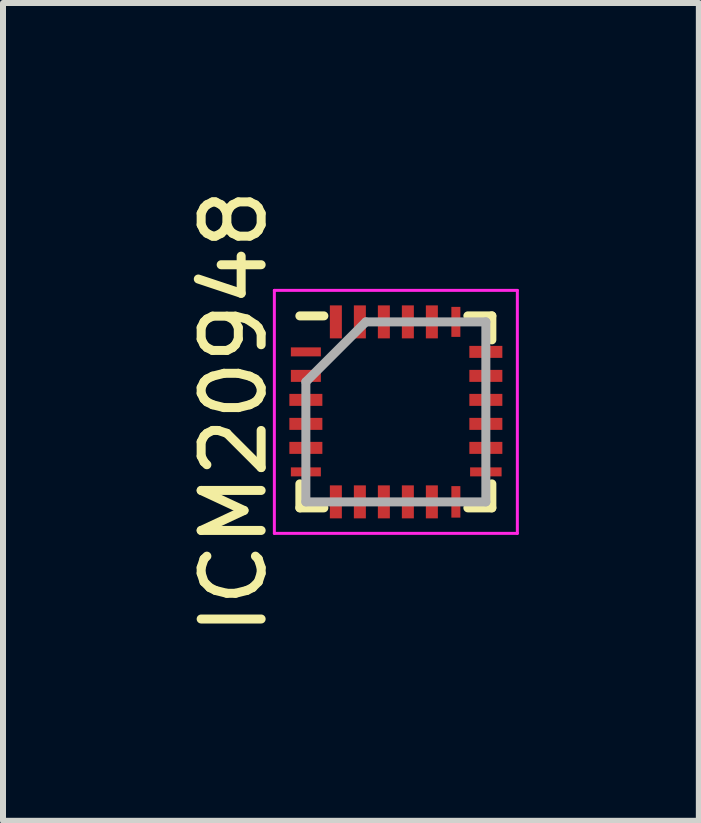
<source format=kicad_pcb>
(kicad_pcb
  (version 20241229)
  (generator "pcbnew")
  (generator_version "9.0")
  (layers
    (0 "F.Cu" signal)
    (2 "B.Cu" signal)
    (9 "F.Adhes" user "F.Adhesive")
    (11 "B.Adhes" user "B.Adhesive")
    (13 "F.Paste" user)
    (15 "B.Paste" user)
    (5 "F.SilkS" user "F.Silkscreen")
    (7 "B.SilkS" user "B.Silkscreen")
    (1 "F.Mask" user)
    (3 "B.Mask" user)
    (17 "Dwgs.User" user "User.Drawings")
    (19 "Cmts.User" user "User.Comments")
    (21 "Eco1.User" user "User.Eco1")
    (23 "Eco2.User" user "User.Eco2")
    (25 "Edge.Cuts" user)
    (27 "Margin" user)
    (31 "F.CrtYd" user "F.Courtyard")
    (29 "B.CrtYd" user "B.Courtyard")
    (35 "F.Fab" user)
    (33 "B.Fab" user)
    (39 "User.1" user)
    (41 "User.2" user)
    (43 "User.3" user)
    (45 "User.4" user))
  (footprint "ICM20948"
    (layer "F.Cu")
    (at 3.548 3.815)
    (property "Reference" "ICM20948" (at -2.7 0 90) (layer "F.SilkS") (effects (font (size 1 1) (thickness 0.15))))
    (attr smd)
    (fp_line (start -1.6 -1.6) (end -1.2 -1.6) (stroke (width 0.15) (type solid)) (layer "F.SilkS"))
    (fp_line (start -1.6 1.6) (end -1.6 1.2) (stroke (width 0.15) (type solid)) (layer "F.SilkS"))
    (fp_line (start -1.6 1.6) (end -1.2 1.6) (stroke (width 0.15) (type solid)) (layer "F.SilkS"))
    (fp_line (start 1.6 -1.6) (end 1.2 -1.6) (stroke (width 0.15) (type solid)) (layer "F.SilkS"))
    (fp_line (start 1.6 -1.6) (end 1.6 -1.2) (stroke (width 0.15) (type solid)) (layer "F.SilkS"))
    (fp_line (start 1.6 1.6) (end 1.2 1.6) (stroke (width 0.15) (type solid)) (layer "F.SilkS"))
    (fp_line (start 1.6 1.6) (end 1.6 1.2) (stroke (width 0.15) (type solid)) (layer "F.SilkS"))
    (fp_line (start -2.025 -2.025) (end 2.025 -2.025) (stroke (width 0.05) (type solid)) (layer "F.CrtYd"))
    (fp_line (start -2.025 2.025) (end -2.025 -2.025) (stroke (width 0.05) (type solid)) (layer "F.CrtYd"))
    (fp_line (start 2.025 -2.025) (end 2.025 2.025) (stroke (width 0.05) (type solid)) (layer "F.CrtYd"))
    (fp_line (start 2.025 2.025) (end -2.025 2.025) (stroke (width 0.05) (type solid)) (layer "F.CrtYd"))
    (fp_line (start -1.5 -0.5) (end -0.5 -1.5) (stroke (width 0.15) (type solid)) (layer "F.Fab"))
    (fp_line (start -1.5 1.5) (end -1.5 -0.5) (stroke (width 0.15) (type solid)) (layer "F.Fab"))
    (fp_line (start -0.5 -1.5) (end 1.5 -1.5) (stroke (width 0.15) (type solid)) (layer "F.Fab"))
    (fp_line (start 1.5 -1.5) (end 1.5 1.5) (stroke (width 0.15) (type solid)) (layer "F.Fab"))
    (fp_line (start 1.5 1.5) (end -1.5 1.5) (stroke (width 0.15) (type solid)) (layer "F.Fab"))
    (pad "" smd rect (at -1.5 -1) (size 0.3 0.1) (layers "F.Paste"))
    (pad "" smd rect (at -1.5 -0.6) (size 0.3 0.1) (layers "F.Paste"))
    (pad "" smd rect (at -1.5 -0.2) (size 0.3 0.1) (layers "F.Paste"))
    (pad "" smd rect (at -1.5 0.2) (size 0.3 0.1) (layers "F.Paste"))
    (pad "" smd rect (at -1.5 0.6) (size 0.3 0.1) (layers "F.Paste"))
    (pad "" smd rect (at -1.5 1) (size 0.3 0.1) (layers "F.Paste"))
    (pad "" smd rect (at -1 -1.5 90) (size 0.3 0.1) (layers "F.Paste"))
    (pad "" smd rect (at -1 1.5 90) (size 0.3 0.1) (layers "F.Paste"))
    (pad "" smd rect (at -0.6 -1.5 90) (size 0.3 0.1) (layers "F.Paste"))
    (pad "" smd rect (at -0.6 1.5 90) (size 0.3 0.1) (layers "F.Paste"))
    (pad "" smd rect (at -0.2 -1.5 90) (size 0.3 0.1) (layers "F.Paste"))
    (pad "" smd rect (at -0.2 1.5 90) (size 0.3 0.1) (layers "F.Paste"))
    (pad "" smd rect (at 0.2 -1.5 90) (size 0.3 0.1) (layers "F.Paste"))
    (pad "" smd rect (at 0.2 1.5 90) (size 0.3 0.1) (layers "F.Paste"))
    (pad "" smd rect (at 0.6 -1.5 90) (size 0.3 0.1) (layers "F.Paste"))
    (pad "" smd rect (at 0.6 1.5 90) (size 0.3 0.1) (layers "F.Paste"))
    (pad "" smd rect (at 1 -1.5 90) (size 0.3 0.1) (layers "F.Paste"))
    (pad "" smd rect (at 1 1.5 90) (size 0.3 0.1) (layers "F.Paste"))
    (pad "" smd rect (at 1.5 -1) (size 0.3 0.1) (layers "F.Paste"))
    (pad "" smd rect (at 1.5 -0.6) (size 0.3 0.1) (layers "F.Paste"))
    (pad "" smd rect (at 1.5 -0.2) (size 0.3 0.1) (layers "F.Paste"))
    (pad "" smd rect (at 1.5 0.2) (size 0.3 0.1) (layers "F.Paste"))
    (pad "" smd rect (at 1.5 0.6) (size 0.3 0.1) (layers "F.Paste"))
    (pad "" smd rect (at 1.5 1) (size 0.3 0.1) (layers "F.Paste"))
    (pad "1" smd rect (at -1.5 -1) (size 0.5 0.15) (layers "F.Cu" "F.Mask"))
    (pad "2" smd rect (at -1.5 -0.6) (size 0.5 0.2) (layers "F.Cu" "F.Mask"))
    (pad "3" smd rect (at -1.5 -0.2) (size 0.55 0.2) (layers "F.Cu" "F.Mask"))
    (pad "4" smd rect (at -1.5 0.2) (size 0.55 0.2) (layers "F.Cu" "F.Mask"))
    (pad "5" smd rect (at -1.5 0.6) (size 0.55 0.2) (layers "F.Cu" "F.Mask"))
    (pad "6" smd rect (at -1.5 1) (size 0.5 0.15) (layers "F.Cu" "F.Mask"))
    (pad "7" smd rect (at -1 1.5 90) (size 0.55 0.2) (layers "F.Cu" "F.Mask"))
    (pad "8" smd rect (at -0.6 1.5 90) (size 0.55 0.2) (layers "F.Cu" "F.Mask"))
    (pad "9" smd rect (at -0.2 1.5 90) (size 0.55 0.2) (layers "F.Cu" "F.Mask"))
    (pad "10" smd rect (at 0.2 1.5 90) (size 0.55 0.2) (layers "F.Cu" "F.Mask"))
    (pad "11" smd rect (at 0.6 1.5 90) (size 0.55 0.2) (layers "F.Cu" "F.Mask"))
    (pad "12" smd rect (at 1 1.5 90) (size 0.525 0.15) (layers "F.Cu" "F.Mask"))
    (pad "13" smd rect (at 1.5 1) (size 0.525 0.15) (layers "F.Cu" "F.Mask"))
    (pad "14" smd rect (at 1.5 0.6) (size 0.55 0.2) (layers "F.Cu" "F.Mask"))
    (pad "15" smd rect (at 1.5 0.2) (size 0.55 0.2) (layers "F.Cu" "F.Mask"))
    (pad "16" smd rect (at 1.5 -0.2) (size 0.55 0.2) (layers "F.Cu" "F.Mask"))
    (pad "17" smd rect (at 1.5 -0.6) (size 0.55 0.2) (layers "F.Cu" "F.Mask"))
    (pad "18" smd rect (at 1.5 -1) (size 0.55 0.2) (layers "F.Cu" "F.Mask"))
    (pad "19" smd rect (at 1 -1.5 90) (size 0.5 0.15) (layers "F.Cu" "F.Mask"))
    (pad "20" smd rect (at 0.6 -1.5 90) (size 0.55 0.2) (layers "F.Cu" "F.Mask"))
    (pad "21" smd rect (at 0.2 -1.5 90) (size 0.55 0.2) (layers "F.Cu" "F.Mask"))
    (pad "22" smd rect (at -0.2 -1.5 90) (size 0.55 0.2) (layers "F.Cu" "F.Mask"))
    (pad "23" smd rect (at -0.6 -1.5 90) (size 0.55 0.2) (layers "F.Cu" "F.Mask"))
    (pad "24" smd rect (at -1 -1.5 90) (size 0.55 0.2) (layers "F.Cu" "F.Mask")))
  (gr_rect
    (start -3 -3)
    (end 8.598 10.631)
    (stroke (width 0.1) (type default))
    (fill no)
    (layer "Edge.Cuts")))
</source>
